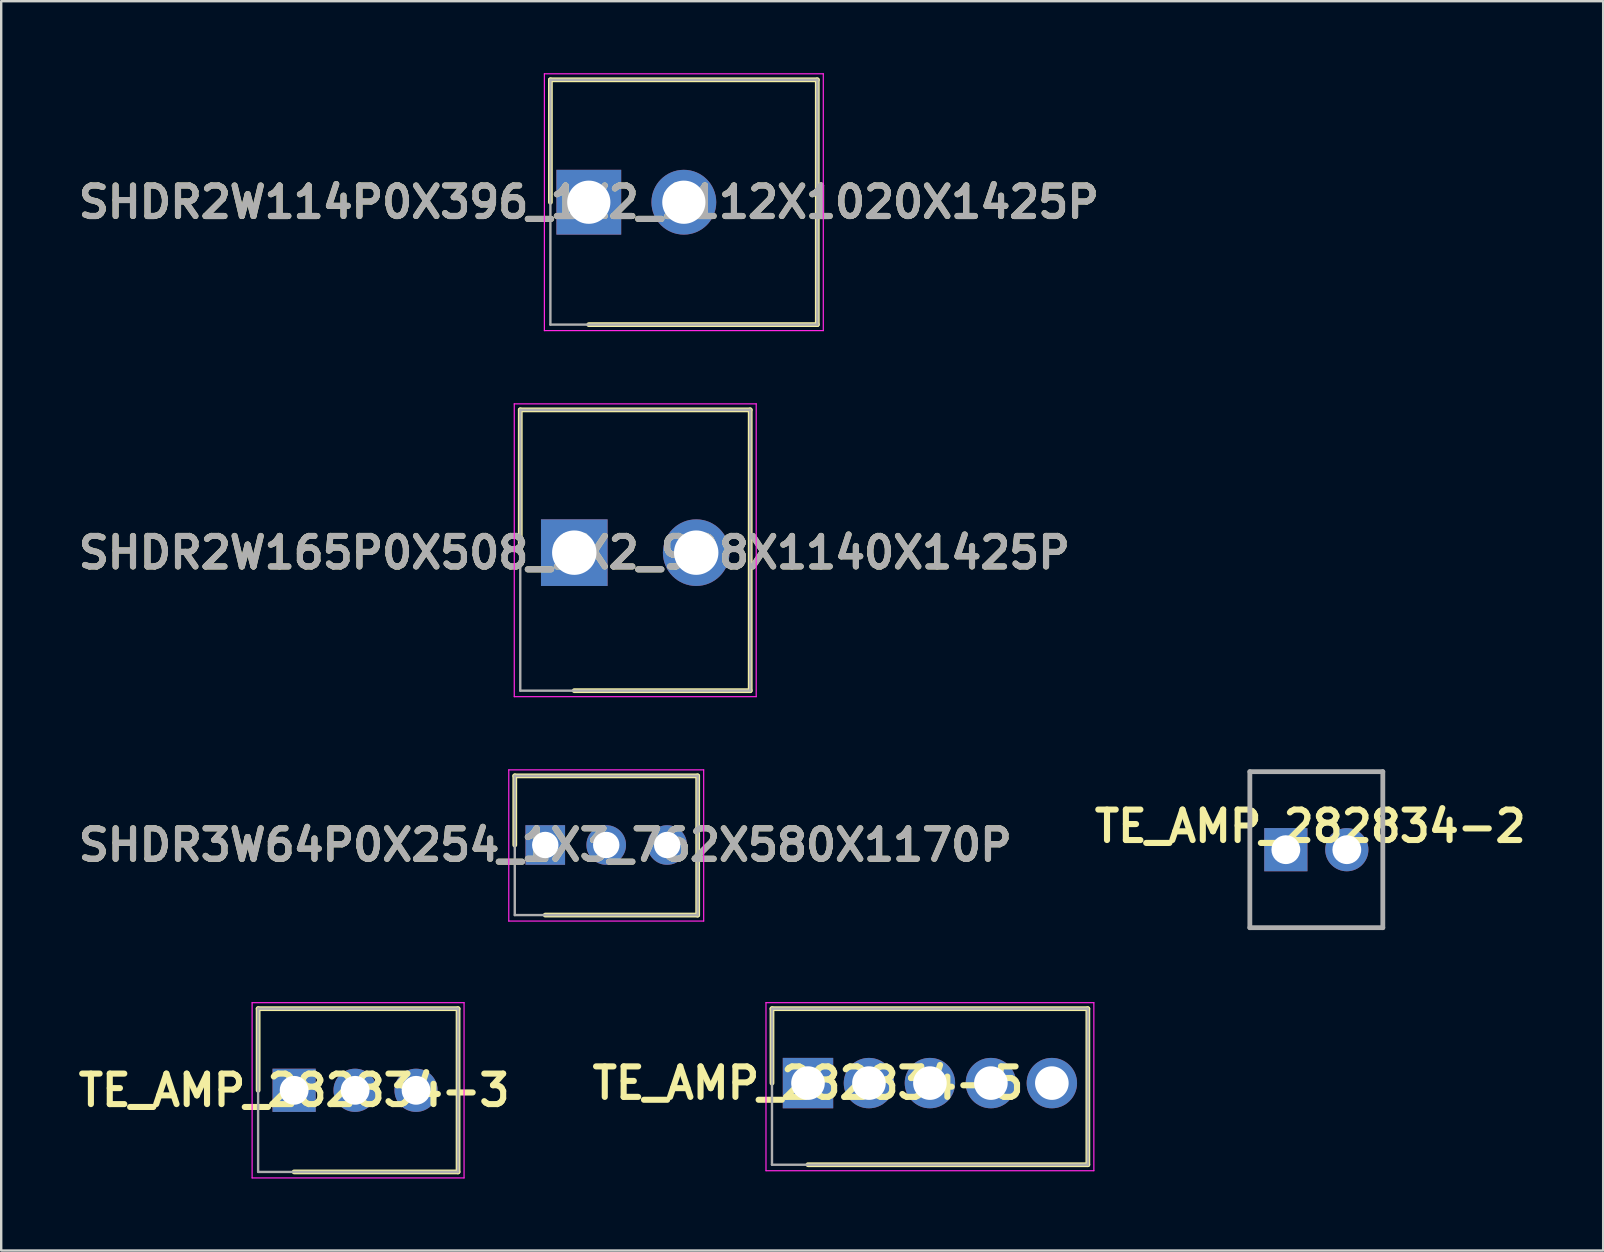
<source format=kicad_pcb>
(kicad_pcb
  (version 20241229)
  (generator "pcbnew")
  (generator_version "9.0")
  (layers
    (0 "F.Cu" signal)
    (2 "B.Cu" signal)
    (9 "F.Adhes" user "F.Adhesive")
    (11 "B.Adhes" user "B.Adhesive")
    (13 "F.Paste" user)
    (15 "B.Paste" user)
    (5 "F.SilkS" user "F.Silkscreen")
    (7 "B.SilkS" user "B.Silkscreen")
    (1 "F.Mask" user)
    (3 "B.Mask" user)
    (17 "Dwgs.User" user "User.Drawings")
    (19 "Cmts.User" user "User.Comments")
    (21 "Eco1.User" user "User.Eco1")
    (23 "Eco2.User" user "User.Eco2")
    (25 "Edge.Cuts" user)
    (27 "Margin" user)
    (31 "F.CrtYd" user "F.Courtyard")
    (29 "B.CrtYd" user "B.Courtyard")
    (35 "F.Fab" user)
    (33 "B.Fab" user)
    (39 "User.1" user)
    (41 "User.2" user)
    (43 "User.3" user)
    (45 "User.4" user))
  (footprint "TE_AMP_282834-3"
    (layer "F.Cu")
    (at 9.204 42.375)
    (property "Reference" "TE_AMP_282834-3" (at 0 0 0) (layer "F.SilkS") (effects (font (size 1.27 1.27) (thickness 0.254))))
    (attr through_hole)
    (fp_line (start -1.5 -3.4) (end -1.5 0) (stroke (width 0.2) (type solid)) (layer "F.SilkS"))
    (fp_line (start 0 3.4) (end 6.83 3.4) (stroke (width 0.2) (type solid)) (layer "F.SilkS"))
    (fp_line (start 6.83 -3.4) (end -1.5 -3.4) (stroke (width 0.2) (type solid)) (layer "F.SilkS"))
    (fp_line (start 6.83 3.4) (end 6.83 -3.4) (stroke (width 0.2) (type solid)) (layer "F.SilkS"))
    (fp_line (start -1.75 -3.65) (end 7.08 -3.65) (stroke (width 0.05) (type solid)) (layer "F.CrtYd"))
    (fp_line (start -1.75 3.65) (end -1.75 -3.65) (stroke (width 0.05) (type solid)) (layer "F.CrtYd"))
    (fp_line (start 7.08 -3.65) (end 7.08 3.65) (stroke (width 0.05) (type solid)) (layer "F.CrtYd"))
    (fp_line (start 7.08 3.65) (end -1.75 3.65) (stroke (width 0.05) (type solid)) (layer "F.CrtYd"))
    (fp_line (start -1.5 -3.4) (end 6.83 -3.4) (stroke (width 0.1) (type solid)) (layer "F.Fab"))
    (fp_line (start -1.5 3.4) (end -1.5 -3.4) (stroke (width 0.1) (type solid)) (layer "F.Fab"))
    (fp_line (start 6.83 -3.4) (end 6.83 3.4) (stroke (width 0.1) (type solid)) (layer "F.Fab"))
    (fp_line (start 6.83 3.4) (end -1.5 3.4) (stroke (width 0.1) (type solid)) (layer "F.Fab"))
    (pad "1" thru_hole rect (at 0 0) (size 1.8 1.8) (drill 1.2) (layers "*.Cu" "*.Mask"))
    (pad "2" thru_hole circle (at 2.54 0) (size 1.8 1.8) (drill 1.2) (layers "*.Cu" "*.Mask"))
    (pad "3" thru_hole circle (at 5.08 0) (size 1.8 1.8) (drill 1.2) (layers "*.Cu" "*.Mask")))
  (footprint "TE_AMP_282834-5"
    (layer "F.Cu")
    (at 30.613 42.075)
    (property "Reference" "TE_AMP_282834-5" (at 0 0 0) (layer "F.SilkS") (effects (font (size 1.27 1.27) (thickness 0.254))))
    (attr through_hole)
    (fp_line (start -1.5 -3.1) (end -1.5 0) (stroke (width 0.2) (type solid)) (layer "F.SilkS"))
    (fp_line (start 0 3.4) (end 11.66 3.4) (stroke (width 0.2) (type solid)) (layer "F.SilkS"))
    (fp_line (start 11.66 -3.1) (end -1.5 -3.1) (stroke (width 0.2) (type solid)) (layer "F.SilkS"))
    (fp_line (start 11.66 3.4) (end 11.66 -3.1) (stroke (width 0.2) (type solid)) (layer "F.SilkS"))
    (fp_line (start -1.75 -3.35) (end 11.91 -3.35) (stroke (width 0.05) (type solid)) (layer "F.CrtYd"))
    (fp_line (start -1.75 3.65) (end -1.75 -3.35) (stroke (width 0.05) (type solid)) (layer "F.CrtYd"))
    (fp_line (start 11.91 -3.35) (end 11.91 3.65) (stroke (width 0.05) (type solid)) (layer "F.CrtYd"))
    (fp_line (start 11.91 3.65) (end -1.75 3.65) (stroke (width 0.05) (type solid)) (layer "F.CrtYd"))
    (fp_line (start -1.5 -3.1) (end 11.66 -3.1) (stroke (width 0.1) (type solid)) (layer "F.Fab"))
    (fp_line (start -1.5 3.4) (end -1.5 -3.1) (stroke (width 0.1) (type solid)) (layer "F.Fab"))
    (fp_line (start 11.66 -3.1) (end 11.66 3.4) (stroke (width 0.1) (type solid)) (layer "F.Fab"))
    (fp_line (start 11.66 3.4) (end -1.5 3.4) (stroke (width 0.1) (type solid)) (layer "F.Fab"))
    (pad "1" thru_hole rect (at 0 0) (size 2.1 2.1) (drill 1.4) (layers "*.Cu" "*.Mask"))
    (pad "2" thru_hole circle (at 2.54 0) (size 2.1 2.1) (drill 1.4) (layers "*.Cu" "*.Mask"))
    (pad "3" thru_hole circle (at 5.08 0) (size 2.1 2.1) (drill 1.4) (layers "*.Cu" "*.Mask"))
    (pad "4" thru_hole circle (at 7.62 0) (size 2.1 2.1) (drill 1.4) (layers "*.Cu" "*.Mask"))
    (pad "5" thru_hole circle (at 10.16 0) (size 2.1 2.1) (drill 1.4) (layers "*.Cu" "*.Mask")))
  (footprint "SHDR2W165P0X508_1X2_908X1140X1425P"
    (layer "F.Cu")
    (at 20.876 19.975)
    (property "Reference" "SHDR2W165P0X508_1X2_908X1140X1425P" (at 0 0 0) (layer "F.SilkS") (effects (font (size 1.27 1.27) (thickness 0.254))))
    (attr through_hole)
    (fp_line (start -2.25 -5.95) (end -2.25 0) (stroke (width 0.2) (type solid)) (layer "F.SilkS"))
    (fp_line (start 0 5.75) (end 7.33 5.75) (stroke (width 0.2) (type solid)) (layer "F.SilkS"))
    (fp_line (start 7.33 -5.95) (end -2.25 -5.95) (stroke (width 0.2) (type solid)) (layer "F.SilkS"))
    (fp_line (start 7.33 5.75) (end 7.33 -5.95) (stroke (width 0.2) (type solid)) (layer "F.SilkS"))
    (fp_line (start -2.5 -6.2) (end 7.58 -6.2) (stroke (width 0.05) (type solid)) (layer "F.CrtYd"))
    (fp_line (start -2.5 6) (end -2.5 -6.2) (stroke (width 0.05) (type solid)) (layer "F.CrtYd"))
    (fp_line (start 7.58 -6.2) (end 7.58 6) (stroke (width 0.05) (type solid)) (layer "F.CrtYd"))
    (fp_line (start 7.58 6) (end -2.5 6) (stroke (width 0.05) (type solid)) (layer "F.CrtYd"))
    (fp_line (start -2.25 -5.95) (end 7.33 -5.95) (stroke (width 0.1) (type solid)) (layer "F.Fab"))
    (fp_line (start -2.25 5.75) (end -2.25 -5.95) (stroke (width 0.1) (type solid)) (layer "F.Fab"))
    (fp_line (start 7.33 -5.95) (end 7.33 5.75) (stroke (width 0.1) (type solid)) (layer "F.Fab"))
    (fp_line (start 7.33 5.75) (end -2.25 5.75) (stroke (width 0.1) (type solid)) (layer "F.Fab"))
    (fp_text user "${REFERENCE}" (at 0 0 0) (layer "F.Fab") (effects (font (size 1.27 1.27) (thickness 0.254))))
    (pad "1" thru_hole rect (at 0 0) (size 2.775 2.775) (drill 1.85) (layers "*.Cu" "*.Mask"))
    (pad "2" thru_hole circle (at 5.08 0) (size 2.775 2.775) (drill 1.85) (layers "*.Cu" "*.Mask")))
  (footprint "TE_AMP_282834-2"
    (layer "F.Cu")
    (at 50.522 32.35)
    (property "Reference" "TE_AMP_282834-2" (at 1.016 -0.976 0) (layer "F.SilkS") (effects (font (size 1.27 1.27) (thickness 0.254))))
    (attr through_hole)
    (fp_line (start -1.5 -3.25) (end 4.04 -3.25) (stroke (width 0.1) (type solid)) (layer "F.SilkS"))
    (fp_line (start -1.5 3.25) (end -1.5 -3.25) (stroke (width 0.1) (type solid)) (layer "F.SilkS"))
    (fp_line (start 4.04 -3.25) (end 4.04 3.25) (stroke (width 0.1) (type solid)) (layer "F.SilkS"))
    (fp_line (start 4.04 3.25) (end -1.5 3.25) (stroke (width 0.1) (type solid)) (layer "F.SilkS"))
    (fp_line (start -1.5 -3.25) (end 4.04 -3.25) (stroke (width 0.2) (type solid)) (layer "F.Fab"))
    (fp_line (start -1.5 3.25) (end -1.5 -3.25) (stroke (width 0.2) (type solid)) (layer "F.Fab"))
    (fp_line (start 4.04 -3.25) (end 4.04 3.25) (stroke (width 0.2) (type solid)) (layer "F.Fab"))
    (fp_line (start 4.04 3.25) (end -1.5 3.25) (stroke (width 0.2) (type solid)) (layer "F.Fab"))
    (pad "1" thru_hole rect (at 0 0) (size 1.8 1.8) (drill 1.2) (layers "*.Cu" "*.Mask"))
    (pad "2" thru_hole circle (at 2.54 0) (size 1.8 1.8) (drill 1.2) (layers "*.Cu" "*.Mask")))
  (footprint "SHDR3W64P0X254_1X3_762X580X1170P"
    (layer "F.Cu")
    (at 19.667 32.155)
    (property "Reference" "SHDR3W64P0X254_1X3_762X580X1170P" (at 0 0 0) (layer "F.SilkS") (effects (font (size 1.27 1.27) (thickness 0.254))))
    (attr through_hole)
    (fp_line (start -1.27 -2.88) (end -1.27 0) (stroke (width 0.2) (type solid)) (layer "F.SilkS"))
    (fp_line (start 0 2.92) (end 6.35 2.92) (stroke (width 0.2) (type solid)) (layer "F.SilkS"))
    (fp_line (start 6.35 -2.88) (end -1.27 -2.88) (stroke (width 0.2) (type solid)) (layer "F.SilkS"))
    (fp_line (start 6.35 2.92) (end 6.35 -2.88) (stroke (width 0.2) (type solid)) (layer "F.SilkS"))
    (fp_line (start -1.52 -3.13) (end 6.6 -3.13) (stroke (width 0.05) (type solid)) (layer "F.CrtYd"))
    (fp_line (start -1.52 3.17) (end -1.52 -3.13) (stroke (width 0.05) (type solid)) (layer "F.CrtYd"))
    (fp_line (start 6.6 -3.13) (end 6.6 3.17) (stroke (width 0.05) (type solid)) (layer "F.CrtYd"))
    (fp_line (start 6.6 3.17) (end -1.52 3.17) (stroke (width 0.05) (type solid)) (layer "F.CrtYd"))
    (fp_line (start -1.27 -2.88) (end 6.35 -2.88) (stroke (width 0.1) (type solid)) (layer "F.Fab"))
    (fp_line (start -1.27 2.92) (end -1.27 -2.88) (stroke (width 0.1) (type solid)) (layer "F.Fab"))
    (fp_line (start 6.35 -2.88) (end 6.35 2.92) (stroke (width 0.1) (type solid)) (layer "F.Fab"))
    (fp_line (start 6.35 2.92) (end -1.27 2.92) (stroke (width 0.1) (type solid)) (layer "F.Fab"))
    (fp_text user "${REFERENCE}" (at 0 0 0) (layer "F.Fab") (effects (font (size 1.27 1.27) (thickness 0.254))))
    (pad "1" thru_hole rect (at 0 0) (size 1.65 1.65) (drill 1.1) (layers "*.Cu" "*.Mask"))
    (pad "2" thru_hole circle (at 2.54 0) (size 1.65 1.65) (drill 1.1) (layers "*.Cu" "*.Mask"))
    (pad "3" thru_hole circle (at 5.08 0) (size 1.65 1.65) (drill 1.1) (layers "*.Cu" "*.Mask")))
  (footprint "SHDR2W114P0X396_1X2_1112X1020X1425P"
    (layer "F.Cu")
    (at 21.481 5.375)
    (property "Reference" "SHDR2W114P0X396_1X2_1112X1020X1425P" (at 0 0 0) (layer "F.SilkS") (effects (font (size 1.27 1.27) (thickness 0.254))))
    (attr through_hole)
    (fp_line (start -1.6 -5.1) (end -1.6 0) (stroke (width 0.2) (type solid)) (layer "F.SilkS"))
    (fp_line (start 0 5.1) (end 9.52 5.1) (stroke (width 0.2) (type solid)) (layer "F.SilkS"))
    (fp_line (start 9.52 -5.1) (end -1.6 -5.1) (stroke (width 0.2) (type solid)) (layer "F.SilkS"))
    (fp_line (start 9.52 5.1) (end 9.52 -5.1) (stroke (width 0.2) (type solid)) (layer "F.SilkS"))
    (fp_line (start -1.85 -5.35) (end 9.77 -5.35) (stroke (width 0.05) (type solid)) (layer "F.CrtYd"))
    (fp_line (start -1.85 5.35) (end -1.85 -5.35) (stroke (width 0.05) (type solid)) (layer "F.CrtYd"))
    (fp_line (start 9.77 -5.35) (end 9.77 5.35) (stroke (width 0.05) (type solid)) (layer "F.CrtYd"))
    (fp_line (start 9.77 5.35) (end -1.85 5.35) (stroke (width 0.05) (type solid)) (layer "F.CrtYd"))
    (fp_line (start -1.6 -5.1) (end 9.52 -5.1) (stroke (width 0.1) (type solid)) (layer "F.Fab"))
    (fp_line (start -1.6 5.1) (end -1.6 -5.1) (stroke (width 0.1) (type solid)) (layer "F.Fab"))
    (fp_line (start 9.52 -5.1) (end 9.52 5.1) (stroke (width 0.1) (type solid)) (layer "F.Fab"))
    (fp_line (start 9.52 5.1) (end -1.6 5.1) (stroke (width 0.1) (type solid)) (layer "F.Fab"))
    (fp_text user "${REFERENCE}" (at 0 0 0) (layer "F.Fab") (effects (font (size 1.27 1.27) (thickness 0.254))))
    (pad "1" thru_hole rect (at 0 0) (size 2.7 2.7) (drill 1.8) (layers "*.Cu" "*.Mask"))
    (pad "2" thru_hole circle (at 3.96 0) (size 2.7 2.7) (drill 1.8) (layers "*.Cu" "*.Mask")))
  (gr_rect
    (start -3 -3)
    (end 63.743 49.05)
    (stroke (width 0.1) (type default))
    (fill no)
    (layer "Edge.Cuts")))
</source>
